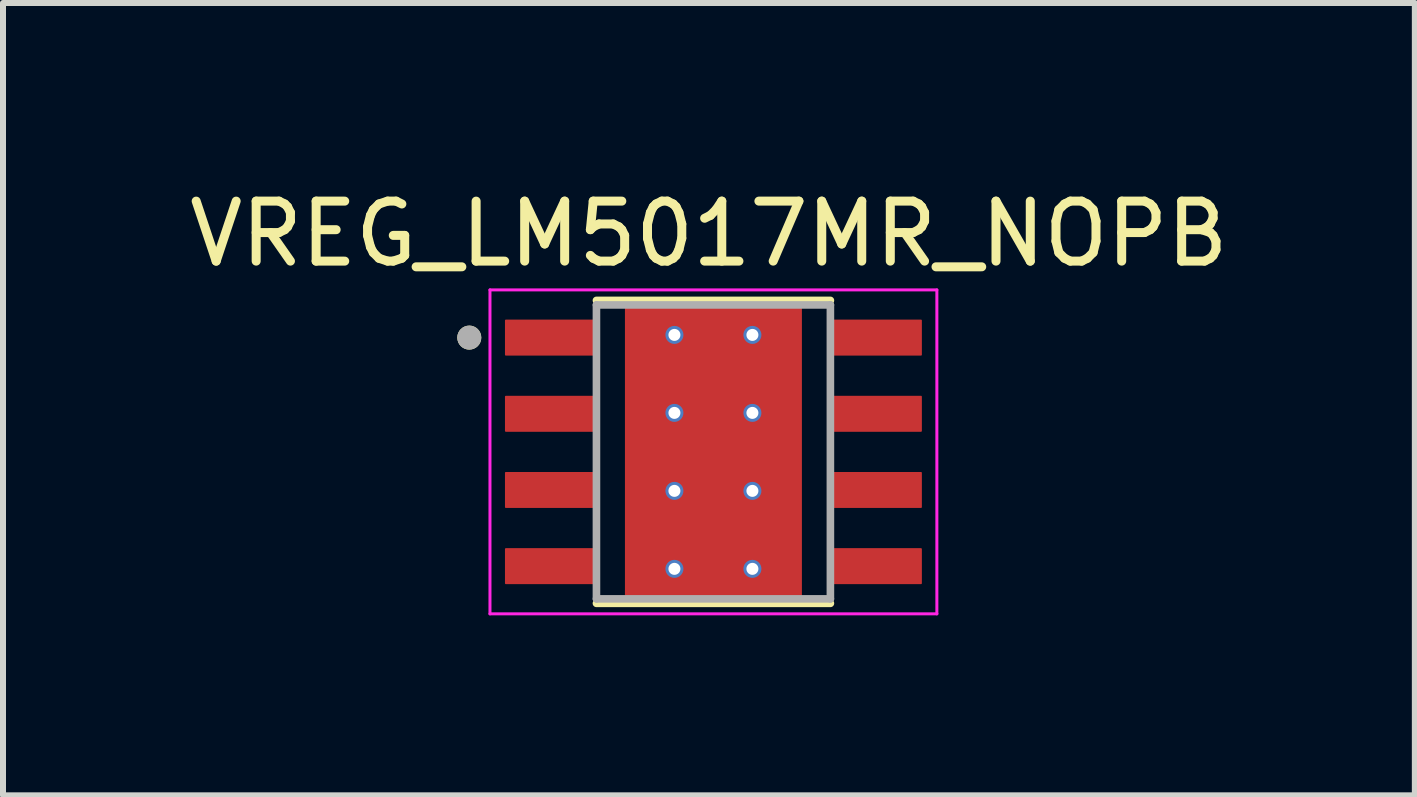
<source format=kicad_pcb>
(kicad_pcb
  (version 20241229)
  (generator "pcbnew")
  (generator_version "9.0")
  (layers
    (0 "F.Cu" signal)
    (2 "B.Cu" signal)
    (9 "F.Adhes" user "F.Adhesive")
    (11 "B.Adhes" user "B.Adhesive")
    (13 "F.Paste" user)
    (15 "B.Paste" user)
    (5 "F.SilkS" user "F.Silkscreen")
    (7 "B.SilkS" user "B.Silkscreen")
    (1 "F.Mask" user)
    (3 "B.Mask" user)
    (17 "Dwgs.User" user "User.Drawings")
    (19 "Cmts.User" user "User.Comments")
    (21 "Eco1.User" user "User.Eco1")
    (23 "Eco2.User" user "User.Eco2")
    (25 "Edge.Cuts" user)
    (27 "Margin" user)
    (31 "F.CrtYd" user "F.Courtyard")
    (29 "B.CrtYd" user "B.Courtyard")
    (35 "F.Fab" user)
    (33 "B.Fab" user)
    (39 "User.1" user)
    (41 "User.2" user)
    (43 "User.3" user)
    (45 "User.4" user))
  (footprint "VREG_LM5017MR_NOPB"
    (layer "F.Cu")
    (at 8.843 4.483)
    (property "Reference" "VREG_LM5017MR_NOPB" (at -0.075 -3.635 0) (layer "F.SilkS") (effects (font (size 1 1) (thickness 0.15))))
    (attr smd)
    (fp_poly (pts (xy -1.355 -1.7) (xy 1.355 -1.7) (xy 1.355 1.7) (xy -1.355 1.7)) (stroke (width 0.01) (type solid)) (fill yes) (layer "F.Mask"))
    (fp_poly (pts (xy -1.905 -1.535) (xy -3.495 -1.535) (xy -3.498 -1.535) (xy -3.5 -1.535) (xy -3.503 -1.536) (xy -3.505 -1.536) (xy -3.508 -1.537) (xy -3.51 -1.537) (xy -3.513 -1.538) (xy -3.515 -1.539) (xy -3.518 -1.54) (xy -3.52 -1.542) (xy -3.522 -1.543) (xy -3.524 -1.545) (xy -3.526 -1.546) (xy -3.528 -1.548) (xy -3.53 -1.55) (xy -3.532 -1.552) (xy -3.534 -1.554) (xy -3.535 -1.556) (xy -3.537 -1.558) (xy -3.538 -1.56) (xy -3.54 -1.562) (xy -3.541 -1.565) (xy -3.542 -1.567) (xy -3.543 -1.57) (xy -3.543 -1.572) (xy -3.544 -1.575) (xy -3.544 -1.577) (xy -3.545 -1.58) (xy -3.545 -1.582) (xy -3.545 -1.585) (xy -3.545 -2.225) (xy -3.545 -2.228) (xy -3.545 -2.23) (xy -3.544 -2.233) (xy -3.544 -2.235) (xy -3.543 -2.238) (xy -3.543 -2.24) (xy -3.542 -2.243) (xy -3.541 -2.245) (xy -3.54 -2.248) (xy -3.538 -2.25) (xy -3.537 -2.252) (xy -3.535 -2.254) (xy -3.534 -2.256) (xy -3.532 -2.258) (xy -3.53 -2.26) (xy -3.528 -2.262) (xy -3.526 -2.264) (xy -3.524 -2.265) (xy -3.522 -2.267) (xy -3.52 -2.268) (xy -3.518 -2.27) (xy -3.515 -2.271) (xy -3.513 -2.272) (xy -3.51 -2.273) (xy -3.508 -2.273) (xy -3.505 -2.274) (xy -3.503 -2.274) (xy -3.5 -2.275) (xy -3.498 -2.275) (xy -3.495 -2.275) (xy -1.905 -2.275) (xy -1.902 -2.275) (xy -1.9 -2.275) (xy -1.897 -2.274) (xy -1.895 -2.274) (xy -1.892 -2.273) (xy -1.89 -2.273) (xy -1.887 -2.272) (xy -1.885 -2.271) (xy -1.882 -2.27) (xy -1.88 -2.268) (xy -1.878 -2.267) (xy -1.876 -2.265) (xy -1.874 -2.264) (xy -1.872 -2.262) (xy -1.87 -2.26) (xy -1.868 -2.258) (xy -1.866 -2.256) (xy -1.865 -2.254) (xy -1.863 -2.252) (xy -1.862 -2.25) (xy -1.86 -2.248) (xy -1.859 -2.245) (xy -1.858 -2.243) (xy -1.857 -2.24) (xy -1.857 -2.238) (xy -1.856 -2.235) (xy -1.856 -2.233) (xy -1.855 -2.23) (xy -1.855 -2.228) (xy -1.855 -2.225) (xy -1.855 -1.585) (xy -1.855 -1.582) (xy -1.855 -1.58) (xy -1.856 -1.577) (xy -1.856 -1.575) (xy -1.857 -1.572) (xy -1.857 -1.57) (xy -1.858 -1.567) (xy -1.859 -1.565) (xy -1.86 -1.562) (xy -1.862 -1.56) (xy -1.863 -1.558) (xy -1.865 -1.556) (xy -1.866 -1.554) (xy -1.868 -1.552) (xy -1.87 -1.55) (xy -1.872 -1.548) (xy -1.874 -1.546) (xy -1.876 -1.545) (xy -1.878 -1.543) (xy -1.88 -1.542) (xy -1.882 -1.54) (xy -1.885 -1.539) (xy -1.887 -1.538) (xy -1.89 -1.537) (xy -1.892 -1.537) (xy -1.895 -1.536) (xy -1.897 -1.536) (xy -1.9 -1.535) (xy -1.902 -1.535) (xy -1.905 -1.535)) (stroke (width 0.01) (type solid)) (fill yes) (layer "F.Mask"))
    (fp_poly (pts (xy -1.905 -0.265) (xy -3.495 -0.265) (xy -3.498 -0.265) (xy -3.5 -0.265) (xy -3.503 -0.266) (xy -3.505 -0.266) (xy -3.508 -0.267) (xy -3.51 -0.267) (xy -3.513 -0.268) (xy -3.515 -0.269) (xy -3.518 -0.27) (xy -3.52 -0.272) (xy -3.522 -0.273) (xy -3.524 -0.275) (xy -3.526 -0.276) (xy -3.528 -0.278) (xy -3.53 -0.28) (xy -3.532 -0.282) (xy -3.534 -0.284) (xy -3.535 -0.286) (xy -3.537 -0.288) (xy -3.538 -0.29) (xy -3.54 -0.292) (xy -3.541 -0.295) (xy -3.542 -0.297) (xy -3.543 -0.3) (xy -3.543 -0.302) (xy -3.544 -0.305) (xy -3.544 -0.307) (xy -3.545 -0.31) (xy -3.545 -0.312) (xy -3.545 -0.315) (xy -3.545 -0.955) (xy -3.545 -0.958) (xy -3.545 -0.96) (xy -3.544 -0.963) (xy -3.544 -0.965) (xy -3.543 -0.968) (xy -3.543 -0.97) (xy -3.542 -0.973) (xy -3.541 -0.975) (xy -3.54 -0.978) (xy -3.538 -0.98) (xy -3.537 -0.982) (xy -3.535 -0.984) (xy -3.534 -0.986) (xy -3.532 -0.988) (xy -3.53 -0.99) (xy -3.528 -0.992) (xy -3.526 -0.994) (xy -3.524 -0.995) (xy -3.522 -0.997) (xy -3.52 -0.998) (xy -3.518 -1) (xy -3.515 -1.001) (xy -3.513 -1.002) (xy -3.51 -1.003) (xy -3.508 -1.003) (xy -3.505 -1.004) (xy -3.503 -1.004) (xy -3.5 -1.005) (xy -3.498 -1.005) (xy -3.495 -1.005) (xy -1.905 -1.005) (xy -1.902 -1.005) (xy -1.9 -1.005) (xy -1.897 -1.004) (xy -1.895 -1.004) (xy -1.892 -1.003) (xy -1.89 -1.003) (xy -1.887 -1.002) (xy -1.885 -1.001) (xy -1.882 -1) (xy -1.88 -0.998) (xy -1.878 -0.997) (xy -1.876 -0.995) (xy -1.874 -0.994) (xy -1.872 -0.992) (xy -1.87 -0.99) (xy -1.868 -0.988) (xy -1.866 -0.986) (xy -1.865 -0.984) (xy -1.863 -0.982) (xy -1.862 -0.98) (xy -1.86 -0.978) (xy -1.859 -0.975) (xy -1.858 -0.973) (xy -1.857 -0.97) (xy -1.857 -0.968) (xy -1.856 -0.965) (xy -1.856 -0.963) (xy -1.855 -0.96) (xy -1.855 -0.958) (xy -1.855 -0.955) (xy -1.855 -0.315) (xy -1.855 -0.312) (xy -1.855 -0.31) (xy -1.856 -0.307) (xy -1.856 -0.305) (xy -1.857 -0.302) (xy -1.857 -0.3) (xy -1.858 -0.297) (xy -1.859 -0.295) (xy -1.86 -0.292) (xy -1.862 -0.29) (xy -1.863 -0.288) (xy -1.865 -0.286) (xy -1.866 -0.284) (xy -1.868 -0.282) (xy -1.87 -0.28) (xy -1.872 -0.278) (xy -1.874 -0.276) (xy -1.876 -0.275) (xy -1.878 -0.273) (xy -1.88 -0.272) (xy -1.882 -0.27) (xy -1.885 -0.269) (xy -1.887 -0.268) (xy -1.89 -0.267) (xy -1.892 -0.267) (xy -1.895 -0.266) (xy -1.897 -0.266) (xy -1.9 -0.265) (xy -1.902 -0.265) (xy -1.905 -0.265)) (stroke (width 0.01) (type solid)) (fill yes) (layer "F.Mask"))
    (fp_poly (pts (xy -1.905 1.005) (xy -3.495 1.005) (xy -3.498 1.005) (xy -3.5 1.005) (xy -3.503 1.004) (xy -3.505 1.004) (xy -3.508 1.003) (xy -3.51 1.003) (xy -3.513 1.002) (xy -3.515 1.001) (xy -3.518 1) (xy -3.52 0.998) (xy -3.522 0.997) (xy -3.524 0.995) (xy -3.526 0.994) (xy -3.528 0.992) (xy -3.53 0.99) (xy -3.532 0.988) (xy -3.534 0.986) (xy -3.535 0.984) (xy -3.537 0.982) (xy -3.538 0.98) (xy -3.54 0.978) (xy -3.541 0.975) (xy -3.542 0.973) (xy -3.543 0.97) (xy -3.543 0.968) (xy -3.544 0.965) (xy -3.544 0.963) (xy -3.545 0.96) (xy -3.545 0.958) (xy -3.545 0.955) (xy -3.545 0.315) (xy -3.545 0.312) (xy -3.545 0.31) (xy -3.544 0.307) (xy -3.544 0.305) (xy -3.543 0.302) (xy -3.543 0.3) (xy -3.542 0.297) (xy -3.541 0.295) (xy -3.54 0.292) (xy -3.538 0.29) (xy -3.537 0.288) (xy -3.535 0.286) (xy -3.534 0.284) (xy -3.532 0.282) (xy -3.53 0.28) (xy -3.528 0.278) (xy -3.526 0.276) (xy -3.524 0.275) (xy -3.522 0.273) (xy -3.52 0.272) (xy -3.518 0.27) (xy -3.515 0.269) (xy -3.513 0.268) (xy -3.51 0.267) (xy -3.508 0.267) (xy -3.505 0.266) (xy -3.503 0.266) (xy -3.5 0.265) (xy -3.498 0.265) (xy -3.495 0.265) (xy -1.905 0.265) (xy -1.902 0.265) (xy -1.9 0.265) (xy -1.897 0.266) (xy -1.895 0.266) (xy -1.892 0.267) (xy -1.89 0.267) (xy -1.887 0.268) (xy -1.885 0.269) (xy -1.882 0.27) (xy -1.88 0.272) (xy -1.878 0.273) (xy -1.876 0.275) (xy -1.874 0.276) (xy -1.872 0.278) (xy -1.87 0.28) (xy -1.868 0.282) (xy -1.866 0.284) (xy -1.865 0.286) (xy -1.863 0.288) (xy -1.862 0.29) (xy -1.86 0.292) (xy -1.859 0.295) (xy -1.858 0.297) (xy -1.857 0.3) (xy -1.857 0.302) (xy -1.856 0.305) (xy -1.856 0.307) (xy -1.855 0.31) (xy -1.855 0.312) (xy -1.855 0.315) (xy -1.855 0.955) (xy -1.855 0.958) (xy -1.855 0.96) (xy -1.856 0.963) (xy -1.856 0.965) (xy -1.857 0.968) (xy -1.857 0.97) (xy -1.858 0.973) (xy -1.859 0.975) (xy -1.86 0.978) (xy -1.862 0.98) (xy -1.863 0.982) (xy -1.865 0.984) (xy -1.866 0.986) (xy -1.868 0.988) (xy -1.87 0.99) (xy -1.872 0.992) (xy -1.874 0.994) (xy -1.876 0.995) (xy -1.878 0.997) (xy -1.88 0.998) (xy -1.882 1) (xy -1.885 1.001) (xy -1.887 1.002) (xy -1.89 1.003) (xy -1.892 1.003) (xy -1.895 1.004) (xy -1.897 1.004) (xy -1.9 1.005) (xy -1.902 1.005) (xy -1.905 1.005)) (stroke (width 0.01) (type solid)) (fill yes) (layer "F.Mask"))
    (fp_poly (pts (xy -1.905 2.275) (xy -3.495 2.275) (xy -3.498 2.275) (xy -3.5 2.275) (xy -3.503 2.274) (xy -3.505 2.274) (xy -3.508 2.273) (xy -3.51 2.273) (xy -3.513 2.272) (xy -3.515 2.271) (xy -3.518 2.27) (xy -3.52 2.268) (xy -3.522 2.267) (xy -3.524 2.265) (xy -3.526 2.264) (xy -3.528 2.262) (xy -3.53 2.26) (xy -3.532 2.258) (xy -3.534 2.256) (xy -3.535 2.254) (xy -3.537 2.252) (xy -3.538 2.25) (xy -3.54 2.248) (xy -3.541 2.245) (xy -3.542 2.243) (xy -3.543 2.24) (xy -3.543 2.238) (xy -3.544 2.235) (xy -3.544 2.233) (xy -3.545 2.23) (xy -3.545 2.228) (xy -3.545 2.225) (xy -3.545 1.585) (xy -3.545 1.582) (xy -3.545 1.58) (xy -3.544 1.577) (xy -3.544 1.575) (xy -3.543 1.572) (xy -3.543 1.57) (xy -3.542 1.567) (xy -3.541 1.565) (xy -3.54 1.562) (xy -3.538 1.56) (xy -3.537 1.558) (xy -3.535 1.556) (xy -3.534 1.554) (xy -3.532 1.552) (xy -3.53 1.55) (xy -3.528 1.548) (xy -3.526 1.546) (xy -3.524 1.545) (xy -3.522 1.543) (xy -3.52 1.542) (xy -3.518 1.54) (xy -3.515 1.539) (xy -3.513 1.538) (xy -3.51 1.537) (xy -3.508 1.537) (xy -3.505 1.536) (xy -3.503 1.536) (xy -3.5 1.535) (xy -3.498 1.535) (xy -3.495 1.535) (xy -1.905 1.535) (xy -1.902 1.535) (xy -1.9 1.535) (xy -1.897 1.536) (xy -1.895 1.536) (xy -1.892 1.537) (xy -1.89 1.537) (xy -1.887 1.538) (xy -1.885 1.539) (xy -1.882 1.54) (xy -1.88 1.542) (xy -1.878 1.543) (xy -1.876 1.545) (xy -1.874 1.546) (xy -1.872 1.548) (xy -1.87 1.55) (xy -1.868 1.552) (xy -1.866 1.554) (xy -1.865 1.556) (xy -1.863 1.558) (xy -1.862 1.56) (xy -1.86 1.562) (xy -1.859 1.565) (xy -1.858 1.567) (xy -1.857 1.57) (xy -1.857 1.572) (xy -1.856 1.575) (xy -1.856 1.577) (xy -1.855 1.58) (xy -1.855 1.582) (xy -1.855 1.585) (xy -1.855 2.225) (xy -1.855 2.228) (xy -1.855 2.23) (xy -1.856 2.233) (xy -1.856 2.235) (xy -1.857 2.238) (xy -1.857 2.24) (xy -1.858 2.243) (xy -1.859 2.245) (xy -1.86 2.248) (xy -1.862 2.25) (xy -1.863 2.252) (xy -1.865 2.254) (xy -1.866 2.256) (xy -1.868 2.258) (xy -1.87 2.26) (xy -1.872 2.262) (xy -1.874 2.264) (xy -1.876 2.265) (xy -1.878 2.267) (xy -1.88 2.268) (xy -1.882 2.27) (xy -1.885 2.271) (xy -1.887 2.272) (xy -1.89 2.273) (xy -1.892 2.273) (xy -1.895 2.274) (xy -1.897 2.274) (xy -1.9 2.275) (xy -1.902 2.275) (xy -1.905 2.275)) (stroke (width 0.01) (type solid)) (fill yes) (layer "F.Mask"))
    (fp_poly (pts (xy 3.495 -1.535) (xy 1.905 -1.535) (xy 1.902 -1.535) (xy 1.9 -1.535) (xy 1.897 -1.536) (xy 1.895 -1.536) (xy 1.892 -1.537) (xy 1.89 -1.537) (xy 1.887 -1.538) (xy 1.885 -1.539) (xy 1.882 -1.54) (xy 1.88 -1.542) (xy 1.878 -1.543) (xy 1.876 -1.545) (xy 1.874 -1.546) (xy 1.872 -1.548) (xy 1.87 -1.55) (xy 1.868 -1.552) (xy 1.866 -1.554) (xy 1.865 -1.556) (xy 1.863 -1.558) (xy 1.862 -1.56) (xy 1.86 -1.562) (xy 1.859 -1.565) (xy 1.858 -1.567) (xy 1.857 -1.57) (xy 1.857 -1.572) (xy 1.856 -1.575) (xy 1.856 -1.577) (xy 1.855 -1.58) (xy 1.855 -1.582) (xy 1.855 -1.585) (xy 1.855 -2.225) (xy 1.855 -2.228) (xy 1.855 -2.23) (xy 1.856 -2.233) (xy 1.856 -2.235) (xy 1.857 -2.238) (xy 1.857 -2.24) (xy 1.858 -2.243) (xy 1.859 -2.245) (xy 1.86 -2.248) (xy 1.862 -2.25) (xy 1.863 -2.252) (xy 1.865 -2.254) (xy 1.866 -2.256) (xy 1.868 -2.258) (xy 1.87 -2.26) (xy 1.872 -2.262) (xy 1.874 -2.264) (xy 1.876 -2.265) (xy 1.878 -2.267) (xy 1.88 -2.268) (xy 1.882 -2.27) (xy 1.885 -2.271) (xy 1.887 -2.272) (xy 1.89 -2.273) (xy 1.892 -2.273) (xy 1.895 -2.274) (xy 1.897 -2.274) (xy 1.9 -2.275) (xy 1.902 -2.275) (xy 1.905 -2.275) (xy 3.495 -2.275) (xy 3.498 -2.275) (xy 3.5 -2.275) (xy 3.503 -2.274) (xy 3.505 -2.274) (xy 3.508 -2.273) (xy 3.51 -2.273) (xy 3.513 -2.272) (xy 3.515 -2.271) (xy 3.518 -2.27) (xy 3.52 -2.268) (xy 3.522 -2.267) (xy 3.524 -2.265) (xy 3.526 -2.264) (xy 3.528 -2.262) (xy 3.53 -2.26) (xy 3.532 -2.258) (xy 3.534 -2.256) (xy 3.535 -2.254) (xy 3.537 -2.252) (xy 3.538 -2.25) (xy 3.54 -2.248) (xy 3.541 -2.245) (xy 3.542 -2.243) (xy 3.543 -2.24) (xy 3.543 -2.238) (xy 3.544 -2.235) (xy 3.544 -2.233) (xy 3.545 -2.23) (xy 3.545 -2.228) (xy 3.545 -2.225) (xy 3.545 -1.585) (xy 3.545 -1.582) (xy 3.545 -1.58) (xy 3.544 -1.577) (xy 3.544 -1.575) (xy 3.543 -1.572) (xy 3.543 -1.57) (xy 3.542 -1.567) (xy 3.541 -1.565) (xy 3.54 -1.562) (xy 3.538 -1.56) (xy 3.537 -1.558) (xy 3.535 -1.556) (xy 3.534 -1.554) (xy 3.532 -1.552) (xy 3.53 -1.55) (xy 3.528 -1.548) (xy 3.526 -1.546) (xy 3.524 -1.545) (xy 3.522 -1.543) (xy 3.52 -1.542) (xy 3.518 -1.54) (xy 3.515 -1.539) (xy 3.513 -1.538) (xy 3.51 -1.537) (xy 3.508 -1.537) (xy 3.505 -1.536) (xy 3.503 -1.536) (xy 3.5 -1.535) (xy 3.498 -1.535) (xy 3.495 -1.535)) (stroke (width 0.01) (type solid)) (fill yes) (layer "F.Mask"))
    (fp_poly (pts (xy 3.495 -0.265) (xy 1.905 -0.265) (xy 1.902 -0.265) (xy 1.9 -0.265) (xy 1.897 -0.266) (xy 1.895 -0.266) (xy 1.892 -0.267) (xy 1.89 -0.267) (xy 1.887 -0.268) (xy 1.885 -0.269) (xy 1.882 -0.27) (xy 1.88 -0.272) (xy 1.878 -0.273) (xy 1.876 -0.275) (xy 1.874 -0.276) (xy 1.872 -0.278) (xy 1.87 -0.28) (xy 1.868 -0.282) (xy 1.866 -0.284) (xy 1.865 -0.286) (xy 1.863 -0.288) (xy 1.862 -0.29) (xy 1.86 -0.292) (xy 1.859 -0.295) (xy 1.858 -0.297) (xy 1.857 -0.3) (xy 1.857 -0.302) (xy 1.856 -0.305) (xy 1.856 -0.307) (xy 1.855 -0.31) (xy 1.855 -0.312) (xy 1.855 -0.315) (xy 1.855 -0.955) (xy 1.855 -0.958) (xy 1.855 -0.96) (xy 1.856 -0.963) (xy 1.856 -0.965) (xy 1.857 -0.968) (xy 1.857 -0.97) (xy 1.858 -0.973) (xy 1.859 -0.975) (xy 1.86 -0.978) (xy 1.862 -0.98) (xy 1.863 -0.982) (xy 1.865 -0.984) (xy 1.866 -0.986) (xy 1.868 -0.988) (xy 1.87 -0.99) (xy 1.872 -0.992) (xy 1.874 -0.994) (xy 1.876 -0.995) (xy 1.878 -0.997) (xy 1.88 -0.998) (xy 1.882 -1) (xy 1.885 -1.001) (xy 1.887 -1.002) (xy 1.89 -1.003) (xy 1.892 -1.003) (xy 1.895 -1.004) (xy 1.897 -1.004) (xy 1.9 -1.005) (xy 1.902 -1.005) (xy 1.905 -1.005) (xy 3.495 -1.005) (xy 3.498 -1.005) (xy 3.5 -1.005) (xy 3.503 -1.004) (xy 3.505 -1.004) (xy 3.508 -1.003) (xy 3.51 -1.003) (xy 3.513 -1.002) (xy 3.515 -1.001) (xy 3.518 -1) (xy 3.52 -0.998) (xy 3.522 -0.997) (xy 3.524 -0.995) (xy 3.526 -0.994) (xy 3.528 -0.992) (xy 3.53 -0.99) (xy 3.532 -0.988) (xy 3.534 -0.986) (xy 3.535 -0.984) (xy 3.537 -0.982) (xy 3.538 -0.98) (xy 3.54 -0.978) (xy 3.541 -0.975) (xy 3.542 -0.973) (xy 3.543 -0.97) (xy 3.543 -0.968) (xy 3.544 -0.965) (xy 3.544 -0.963) (xy 3.545 -0.96) (xy 3.545 -0.958) (xy 3.545 -0.955) (xy 3.545 -0.315) (xy 3.545 -0.312) (xy 3.545 -0.31) (xy 3.544 -0.307) (xy 3.544 -0.305) (xy 3.543 -0.302) (xy 3.543 -0.3) (xy 3.542 -0.297) (xy 3.541 -0.295) (xy 3.54 -0.292) (xy 3.538 -0.29) (xy 3.537 -0.288) (xy 3.535 -0.286) (xy 3.534 -0.284) (xy 3.532 -0.282) (xy 3.53 -0.28) (xy 3.528 -0.278) (xy 3.526 -0.276) (xy 3.524 -0.275) (xy 3.522 -0.273) (xy 3.52 -0.272) (xy 3.518 -0.27) (xy 3.515 -0.269) (xy 3.513 -0.268) (xy 3.51 -0.267) (xy 3.508 -0.267) (xy 3.505 -0.266) (xy 3.503 -0.266) (xy 3.5 -0.265) (xy 3.498 -0.265) (xy 3.495 -0.265)) (stroke (width 0.01) (type solid)) (fill yes) (layer "F.Mask"))
    (fp_poly (pts (xy 3.495 1.005) (xy 1.905 1.005) (xy 1.902 1.005) (xy 1.9 1.005) (xy 1.897 1.004) (xy 1.895 1.004) (xy 1.892 1.003) (xy 1.89 1.003) (xy 1.887 1.002) (xy 1.885 1.001) (xy 1.882 1) (xy 1.88 0.998) (xy 1.878 0.997) (xy 1.876 0.995) (xy 1.874 0.994) (xy 1.872 0.992) (xy 1.87 0.99) (xy 1.868 0.988) (xy 1.866 0.986) (xy 1.865 0.984) (xy 1.863 0.982) (xy 1.862 0.98) (xy 1.86 0.978) (xy 1.859 0.975) (xy 1.858 0.973) (xy 1.857 0.97) (xy 1.857 0.968) (xy 1.856 0.965) (xy 1.856 0.963) (xy 1.855 0.96) (xy 1.855 0.958) (xy 1.855 0.955) (xy 1.855 0.315) (xy 1.855 0.312) (xy 1.855 0.31) (xy 1.856 0.307) (xy 1.856 0.305) (xy 1.857 0.302) (xy 1.857 0.3) (xy 1.858 0.297) (xy 1.859 0.295) (xy 1.86 0.292) (xy 1.862 0.29) (xy 1.863 0.288) (xy 1.865 0.286) (xy 1.866 0.284) (xy 1.868 0.282) (xy 1.87 0.28) (xy 1.872 0.278) (xy 1.874 0.276) (xy 1.876 0.275) (xy 1.878 0.273) (xy 1.88 0.272) (xy 1.882 0.27) (xy 1.885 0.269) (xy 1.887 0.268) (xy 1.89 0.267) (xy 1.892 0.267) (xy 1.895 0.266) (xy 1.897 0.266) (xy 1.9 0.265) (xy 1.902 0.265) (xy 1.905 0.265) (xy 3.495 0.265) (xy 3.498 0.265) (xy 3.5 0.265) (xy 3.503 0.266) (xy 3.505 0.266) (xy 3.508 0.267) (xy 3.51 0.267) (xy 3.513 0.268) (xy 3.515 0.269) (xy 3.518 0.27) (xy 3.52 0.272) (xy 3.522 0.273) (xy 3.524 0.275) (xy 3.526 0.276) (xy 3.528 0.278) (xy 3.53 0.28) (xy 3.532 0.282) (xy 3.534 0.284) (xy 3.535 0.286) (xy 3.537 0.288) (xy 3.538 0.29) (xy 3.54 0.292) (xy 3.541 0.295) (xy 3.542 0.297) (xy 3.543 0.3) (xy 3.543 0.302) (xy 3.544 0.305) (xy 3.544 0.307) (xy 3.545 0.31) (xy 3.545 0.312) (xy 3.545 0.315) (xy 3.545 0.955) (xy 3.545 0.958) (xy 3.545 0.96) (xy 3.544 0.963) (xy 3.544 0.965) (xy 3.543 0.968) (xy 3.543 0.97) (xy 3.542 0.973) (xy 3.541 0.975) (xy 3.54 0.978) (xy 3.538 0.98) (xy 3.537 0.982) (xy 3.535 0.984) (xy 3.534 0.986) (xy 3.532 0.988) (xy 3.53 0.99) (xy 3.528 0.992) (xy 3.526 0.994) (xy 3.524 0.995) (xy 3.522 0.997) (xy 3.52 0.998) (xy 3.518 1) (xy 3.515 1.001) (xy 3.513 1.002) (xy 3.51 1.003) (xy 3.508 1.003) (xy 3.505 1.004) (xy 3.503 1.004) (xy 3.5 1.005) (xy 3.498 1.005) (xy 3.495 1.005)) (stroke (width 0.01) (type solid)) (fill yes) (layer "F.Mask"))
    (fp_poly (pts (xy 3.495 2.275) (xy 1.905 2.275) (xy 1.902 2.275) (xy 1.9 2.275) (xy 1.897 2.274) (xy 1.895 2.274) (xy 1.892 2.273) (xy 1.89 2.273) (xy 1.887 2.272) (xy 1.885 2.271) (xy 1.882 2.27) (xy 1.88 2.268) (xy 1.878 2.267) (xy 1.876 2.265) (xy 1.874 2.264) (xy 1.872 2.262) (xy 1.87 2.26) (xy 1.868 2.258) (xy 1.866 2.256) (xy 1.865 2.254) (xy 1.863 2.252) (xy 1.862 2.25) (xy 1.86 2.248) (xy 1.859 2.245) (xy 1.858 2.243) (xy 1.857 2.24) (xy 1.857 2.238) (xy 1.856 2.235) (xy 1.856 2.233) (xy 1.855 2.23) (xy 1.855 2.228) (xy 1.855 2.225) (xy 1.855 1.585) (xy 1.855 1.582) (xy 1.855 1.58) (xy 1.856 1.577) (xy 1.856 1.575) (xy 1.857 1.572) (xy 1.857 1.57) (xy 1.858 1.567) (xy 1.859 1.565) (xy 1.86 1.562) (xy 1.862 1.56) (xy 1.863 1.558) (xy 1.865 1.556) (xy 1.866 1.554) (xy 1.868 1.552) (xy 1.87 1.55) (xy 1.872 1.548) (xy 1.874 1.546) (xy 1.876 1.545) (xy 1.878 1.543) (xy 1.88 1.542) (xy 1.882 1.54) (xy 1.885 1.539) (xy 1.887 1.538) (xy 1.89 1.537) (xy 1.892 1.537) (xy 1.895 1.536) (xy 1.897 1.536) (xy 1.9 1.535) (xy 1.902 1.535) (xy 1.905 1.535) (xy 3.495 1.535) (xy 3.498 1.535) (xy 3.5 1.535) (xy 3.503 1.536) (xy 3.505 1.536) (xy 3.508 1.537) (xy 3.51 1.537) (xy 3.513 1.538) (xy 3.515 1.539) (xy 3.518 1.54) (xy 3.52 1.542) (xy 3.522 1.543) (xy 3.524 1.545) (xy 3.526 1.546) (xy 3.528 1.548) (xy 3.53 1.55) (xy 3.532 1.552) (xy 3.534 1.554) (xy 3.535 1.556) (xy 3.537 1.558) (xy 3.538 1.56) (xy 3.54 1.562) (xy 3.541 1.565) (xy 3.542 1.567) (xy 3.543 1.57) (xy 3.543 1.572) (xy 3.544 1.575) (xy 3.544 1.577) (xy 3.545 1.58) (xy 3.545 1.582) (xy 3.545 1.585) (xy 3.545 2.225) (xy 3.545 2.228) (xy 3.545 2.23) (xy 3.544 2.233) (xy 3.544 2.235) (xy 3.543 2.238) (xy 3.543 2.24) (xy 3.542 2.243) (xy 3.541 2.245) (xy 3.54 2.248) (xy 3.538 2.25) (xy 3.537 2.252) (xy 3.535 2.254) (xy 3.534 2.256) (xy 3.532 2.258) (xy 3.53 2.26) (xy 3.528 2.262) (xy 3.526 2.264) (xy 3.524 2.265) (xy 3.522 2.267) (xy 3.52 2.268) (xy 3.518 2.27) (xy 3.515 2.271) (xy 3.513 2.272) (xy 3.51 2.273) (xy 3.508 2.273) (xy 3.505 2.274) (xy 3.503 2.274) (xy 3.5 2.275) (xy 3.498 2.275) (xy 3.495 2.275)) (stroke (width 0.01) (type solid)) (fill yes) (layer "F.Mask"))
    (fp_line (start -1.95 -2.525) (end 1.95 -2.525) (stroke (width 0.127) (type solid)) (layer "F.SilkS"))
    (fp_line (start -1.95 2.525) (end 1.95 2.525) (stroke (width 0.127) (type solid)) (layer "F.SilkS"))
    (fp_circle (center -4.07 -1.905) (end -3.97 -1.905) (stroke (width 0.2) (type solid)) (fill no) (layer "F.SilkS"))
    (fp_poly (pts (xy -1.355 -1.7) (xy 1.355 -1.7) (xy 1.355 1.7) (xy -1.355 1.7)) (stroke (width 0.01) (type solid)) (fill yes) (layer "F.Paste"))
    (fp_line (start -3.725 -2.7) (end -3.725 2.7) (stroke (width 0.05) (type solid)) (layer "F.CrtYd"))
    (fp_line (start -3.725 -2.7) (end 3.725 -2.7) (stroke (width 0.05) (type solid)) (layer "F.CrtYd"))
    (fp_line (start -3.725 2.7) (end 3.725 2.7) (stroke (width 0.05) (type solid)) (layer "F.CrtYd"))
    (fp_line (start 3.725 -2.7) (end 3.725 2.7) (stroke (width 0.05) (type solid)) (layer "F.CrtYd"))
    (fp_line (start -1.95 -2.45) (end -1.95 2.45) (stroke (width 0.127) (type solid)) (layer "F.Fab"))
    (fp_line (start -1.95 -2.45) (end 1.95 -2.45) (stroke (width 0.127) (type solid)) (layer "F.Fab"))
    (fp_line (start -1.95 2.45) (end 1.95 2.45) (stroke (width 0.127) (type solid)) (layer "F.Fab"))
    (fp_line (start 1.95 -2.45) (end 1.95 2.45) (stroke (width 0.127) (type solid)) (layer "F.Fab"))
    (fp_circle (center -4.07 -1.905) (end -3.97 -1.905) (stroke (width 0.2) (type solid)) (fill no) (layer "F.Fab"))
    (pad "1" smd roundrect (at -2.7 -1.905) (size 1.55 0.6) (layers "F.Cu" "F.Paste") (roundrect_rratio 0.025))
    (pad "2" smd roundrect (at -2.7 -0.635) (size 1.55 0.6) (layers "F.Cu" "F.Paste") (roundrect_rratio 0.025))
    (pad "3" smd roundrect (at -2.7 0.635) (size 1.55 0.6) (layers "F.Cu" "F.Paste") (roundrect_rratio 0.025))
    (pad "4" smd roundrect (at -2.7 1.905) (size 1.55 0.6) (layers "F.Cu" "F.Paste") (roundrect_rratio 0.025))
    (pad "5" smd roundrect (at 2.7 1.905) (size 1.55 0.6) (layers "F.Cu" "F.Paste") (roundrect_rratio 0.025))
    (pad "6" smd roundrect (at 2.7 0.635) (size 1.55 0.6) (layers "F.Cu" "F.Paste") (roundrect_rratio 0.025))
    (pad "7" smd roundrect (at 2.7 -0.635) (size 1.55 0.6) (layers "F.Cu" "F.Paste") (roundrect_rratio 0.025))
    (pad "8" smd roundrect (at 2.7 -1.905) (size 1.55 0.6) (layers "F.Cu" "F.Paste") (roundrect_rratio 0.025))
    (pad "9" thru_hole circle (at -0.65 -1.95) (size 0.3 0.3) (drill 0.2) (layers "*.Cu" "*.Mask"))
    (pad "9" thru_hole circle (at -0.65 -0.65) (size 0.3 0.3) (drill 0.2) (layers "*.Cu" "*.Mask"))
    (pad "9" thru_hole circle (at -0.65 0.65) (size 0.3 0.3) (drill 0.2) (layers "*.Cu" "*.Mask"))
    (pad "9" thru_hole circle (at -0.65 1.95) (size 0.3 0.3) (drill 0.2) (layers "*.Cu" "*.Mask"))
    (pad "9" smd rect (at 0 0) (size 2.95 4.9) (layers "F.Cu"))
    (pad "9" thru_hole circle (at 0.65 -1.95) (size 0.3 0.3) (drill 0.2) (layers "*.Cu" "*.Mask"))
    (pad "9" thru_hole circle (at 0.65 -0.65) (size 0.3 0.3) (drill 0.2) (layers "*.Cu" "*.Mask"))
    (pad "9" thru_hole circle (at 0.65 0.65) (size 0.3 0.3) (drill 0.2) (layers "*.Cu" "*.Mask"))
    (pad "9" thru_hole circle (at 0.65 1.95) (size 0.3 0.3) (drill 0.2) (layers "*.Cu" "*.Mask")))
  (gr_rect
    (start -3 -3)
    (end 20.536 10.208)
    (stroke (width 0.1) (type default))
    (fill no)
    (layer "Edge.Cuts")))
</source>
